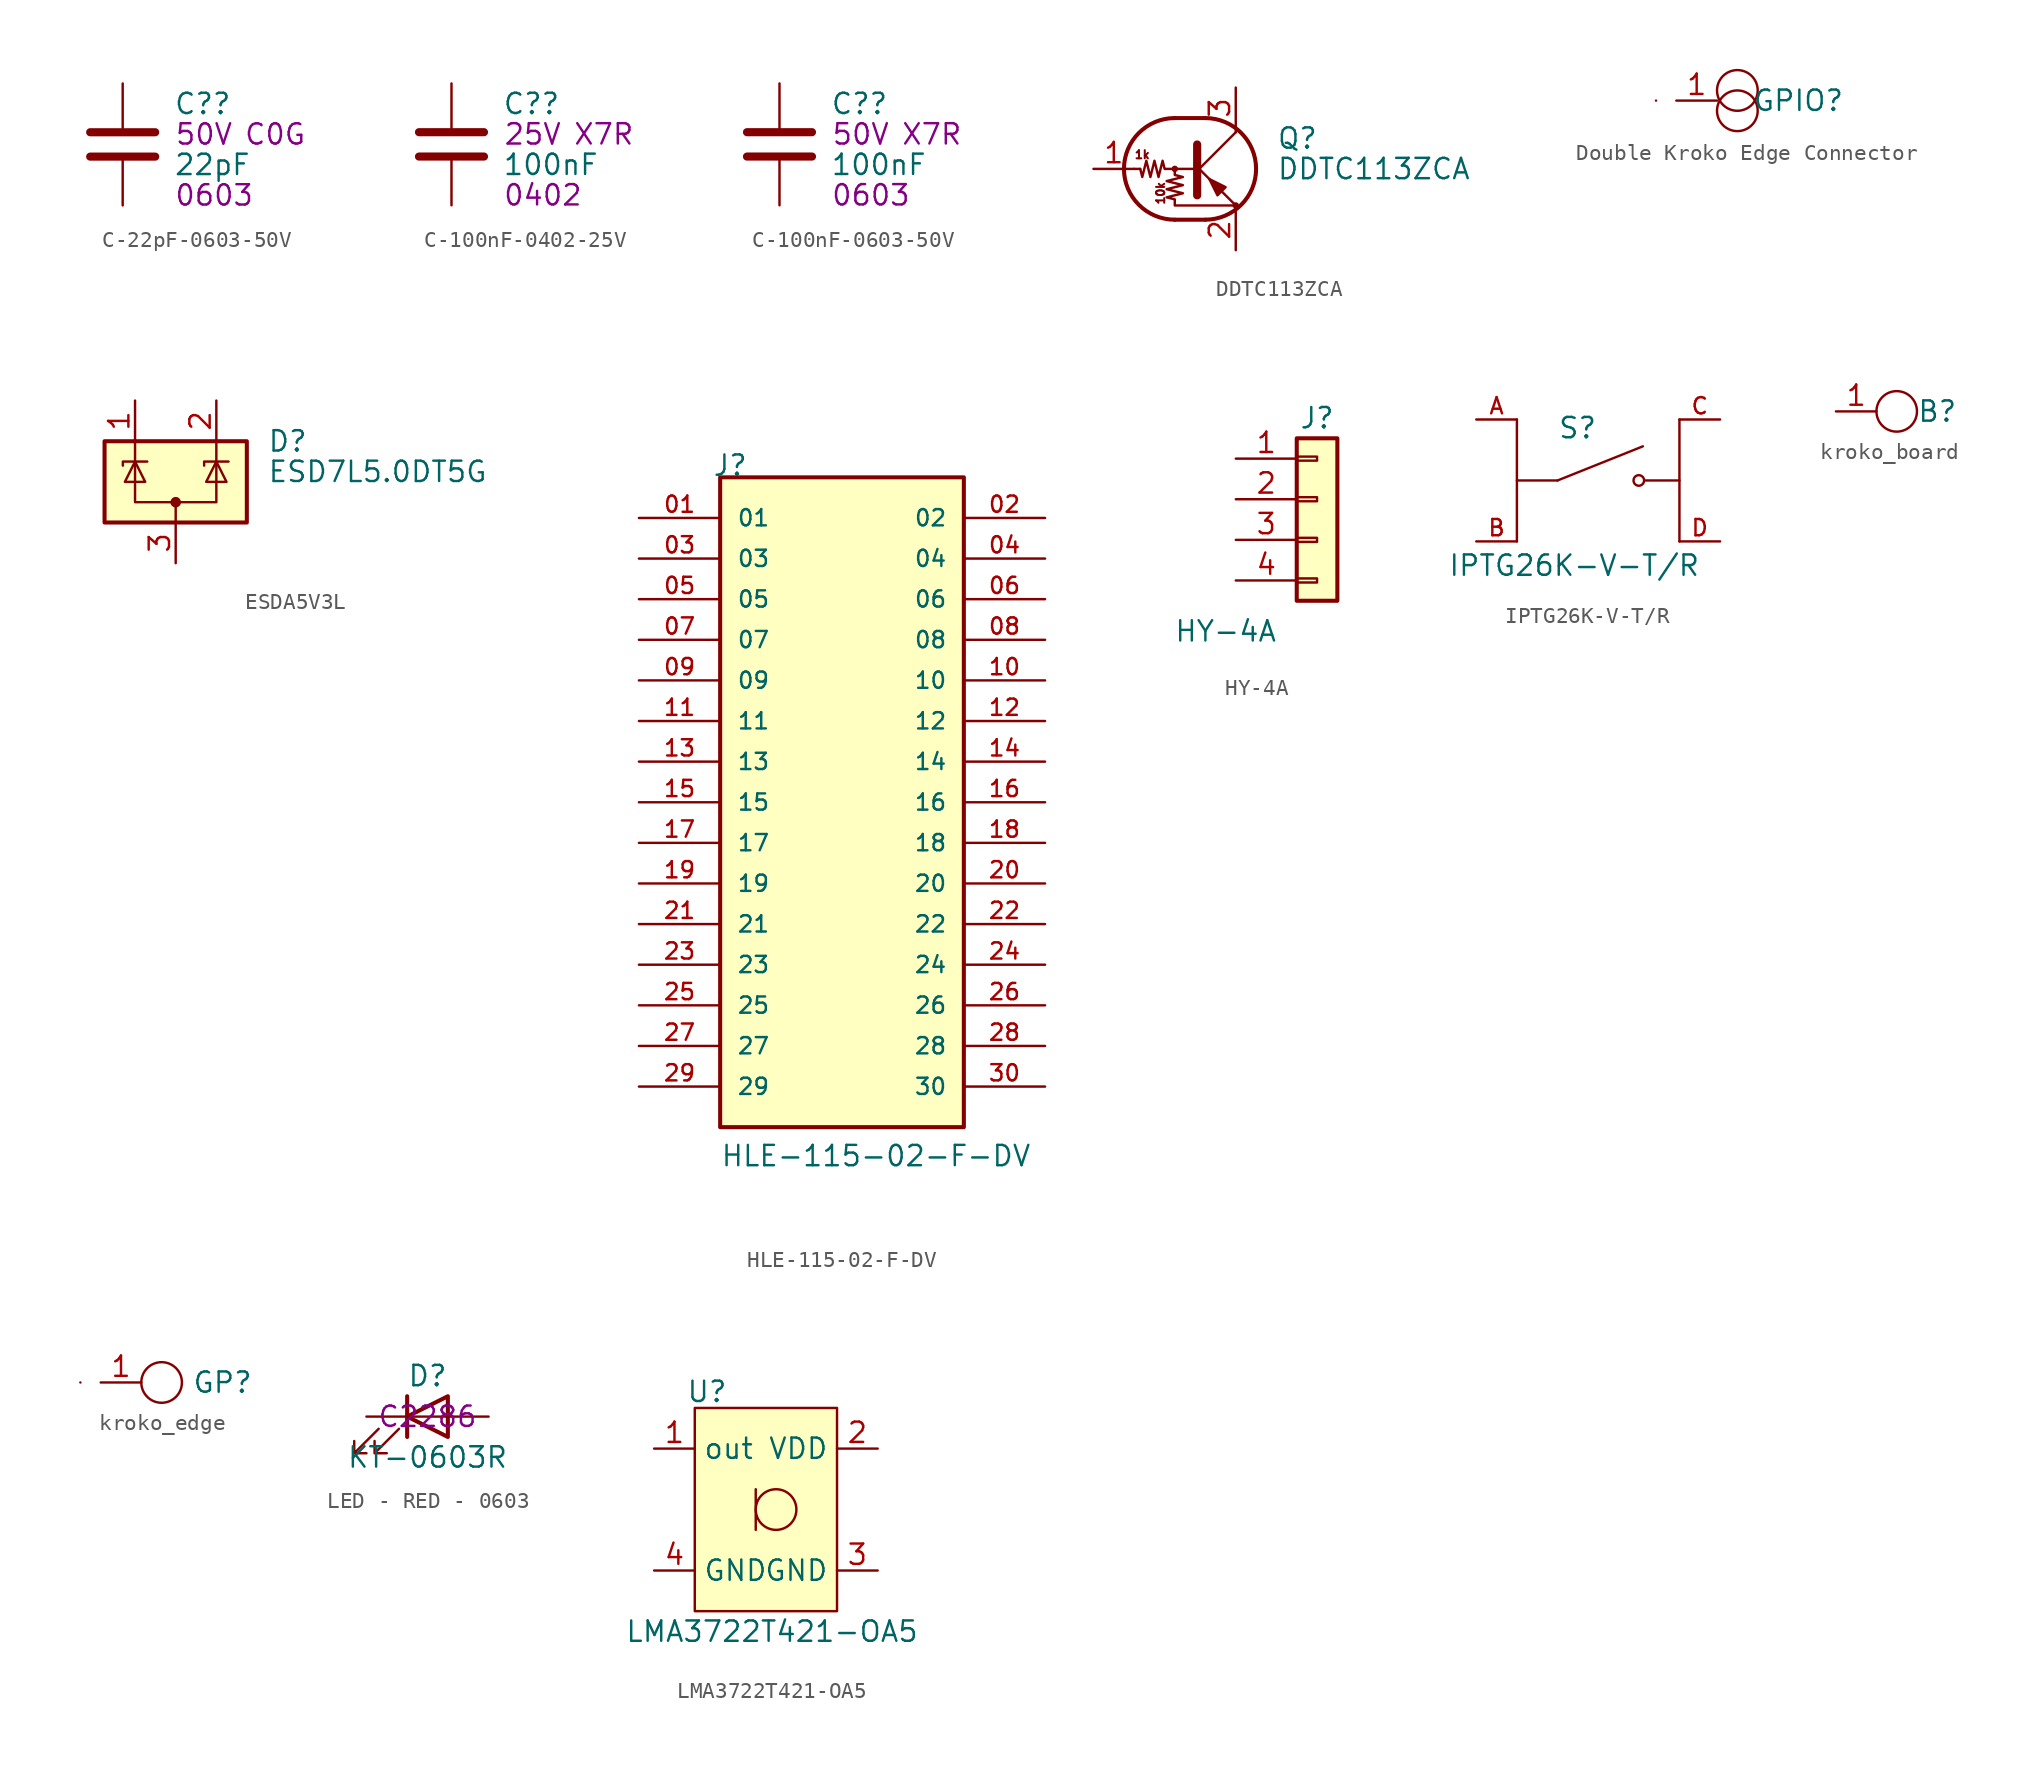
<source format=kicad_sym>
(kicad_symbol_lib
  (version 20231120)
  (generator "kicad_symbol_editor")
  (generator_version "8.0")
  (symbol "C-22pF-0603-50V"
    (pin_numbers hide)
    (pin_names
      (offset 0.254))
    (property "Reference" "C?"
      (at 3.175 2.54 0)
      (effects (font (size 1.27 1.27)) (justify left)))
    (property "Value" "22pF"
      (at 3.175 -1.27 0)
      (effects (font (size 1.27 1.27)) (justify left)))
    (property "Footprint v" "0603"
      (at 5.715 -3.175 0)
      (effects (font (size 1.27 1.27))))
    (property "Voltage Rating" "50V"
      (at 5.08 0.635 0)
      (effects (font (size 1.27 1.27))))
    (property "Temperature Profile" "C0G"
      (at 9.525 0.635 0)
      (effects (font (size 1.27 1.27))))
    (symbol "C-22pF-0603-50V_0_1"
      (polyline (pts (xy -2.032 -0.762) (xy 2.032 -0.762)) (stroke (width 0.508) (type default)) (fill (type none)))
      (polyline (pts (xy -2.032 0.762) (xy 2.032 0.762)) (stroke (width 0.508) (type default)) (fill (type none))))
    (symbol "C-22pF-0603-50V_1_1"
      (pin passive line (at 0 3.81 270) (length 2.794) (name "~" (effects (font (size 1.27 1.27)))) (number "1" (effects (font (size 1.27 1.27)))))
      (pin passive line (at 0 -3.81 90) (length 2.794) (name "~" (effects (font (size 1.27 1.27)))) (number "2" (effects (font (size 1.27 1.27)))))))
  (symbol "C-100nF-0402-25V"
    (pin_numbers hide)
    (pin_names
      (offset 0.254))
    (property "Reference" "C?"
      (at 3.175 2.54 0)
      (effects (font (size 1.27 1.27)) (justify left)))
    (property "Value" "100nF"
      (at 3.175 -1.27 0)
      (effects (font (size 1.27 1.27)) (justify left)))
    (property "Footprint v" "0402"
      (at 5.715 -3.175 0)
      (effects (font (size 1.27 1.27))))
    (property "Voltage Rating" "25V"
      (at 5.08 0.635 0)
      (effects (font (size 1.27 1.27))))
    (property "Temperature Profile" "X7R"
      (at 9.525 0.635 0)
      (effects (font (size 1.27 1.27))))
    (symbol "C-100nF-0402-25V_0_1"
      (polyline (pts (xy -2.032 -0.762) (xy 2.032 -0.762)) (stroke (width 0.508) (type default)) (fill (type none)))
      (polyline (pts (xy -2.032 0.762) (xy 2.032 0.762)) (stroke (width 0.508) (type default)) (fill (type none))))
    (symbol "C-100nF-0402-25V_1_1"
      (pin passive line (at 0 3.81 270) (length 2.794) (name "~" (effects (font (size 1.27 1.27)))) (number "1" (effects (font (size 1.27 1.27)))))
      (pin passive line (at 0 -3.81 90) (length 2.794) (name "~" (effects (font (size 1.27 1.27)))) (number "2" (effects (font (size 1.27 1.27)))))))
  (symbol "C-100nF-0603-50V"
    (pin_numbers hide)
    (pin_names
      (offset 0.254))
    (property "Reference" "C?"
      (at 3.175 2.54 0)
      (effects (font (size 1.27 1.27)) (justify left)))
    (property "Value" "100nF"
      (at 3.175 -1.27 0)
      (effects (font (size 1.27 1.27)) (justify left)))
    (property "Footprint v" "0603"
      (at 5.715 -3.175 0)
      (effects (font (size 1.27 1.27))))
    (property "Voltage Rating" "50V"
      (at 5.08 0.635 0)
      (effects (font (size 1.27 1.27))))
    (property "Temperature Profile" "X7R"
      (at 9.525 0.635 0)
      (effects (font (size 1.27 1.27))))
    (symbol "C-100nF-0603-50V_0_1"
      (polyline (pts (xy -2.032 -0.762) (xy 2.032 -0.762)) (stroke (width 0.508) (type default)) (fill (type none)))
      (polyline (pts (xy -2.032 0.762) (xy 2.032 0.762)) (stroke (width 0.508) (type default)) (fill (type none))))
    (symbol "C-100nF-0603-50V_1_1"
      (pin passive line (at 0 3.81 270) (length 2.794) (name "~" (effects (font (size 1.27 1.27)))) (number "1" (effects (font (size 1.27 1.27)))))
      (pin passive line (at 0 -3.81 90) (length 2.794) (name "~" (effects (font (size 1.27 1.27)))) (number "2" (effects (font (size 1.27 1.27)))))))
  (symbol "DDTC113ZCA"
    (pin_names
      (offset 0) hide)
    (property "Reference" "Q"
      (at 5.08 1.905 0)
      (effects (font (size 1.27 1.27)) (justify left)))
    (property "Value" "DDTC113ZCA"
      (at 5.08 0 0)
      (effects (font (size 1.27 1.27)) (justify left)))
    (symbol "DDTC113ZCA_0_0"
      (text "10k" (at -2.159 -1.524 900) (effects (font (size 0.508 0.508))))
      (text "1k" (at -3.302 0.889 0) (effects (font (size 0.508 0.508)))))
    (symbol "DDTC113ZCA_0_1"
      (circle (center -1.27 0) (radius 0.127) (stroke (width 0) (type default)) (fill (type none)))
      (arc (start -1.27 3.175) (mid -4.4312 0) (end -1.27 -3.175) (stroke (width 0.254) (type default)) (fill (type none)))
      (polyline (pts (xy -3.429 0) (xy -3.81 0)) (stroke (width 0) (type default)) (fill (type none)))
      (polyline (pts (xy -1.27 -3.175) (xy 0.635 -3.175)) (stroke (width 0.254) (type default)) (fill (type none)))
      (polyline (pts (xy -1.27 3.175) (xy 0.635 3.175)) (stroke (width 0.254) (type default)) (fill (type none)))
      (polyline (pts (xy 0 -0.254) (xy 2.54 2.286)) (stroke (width 0) (type default)) (fill (type none)))
      (polyline (pts (xy 0.127 1.524) (xy 0.127 -1.651)) (stroke (width 0.508) (type default)) (fill (type outline)))
      (polyline (pts (xy 2.54 2.286) (xy 2.54 2.54)) (stroke (width 0) (type default)) (fill (type none)))
      (polyline (pts (xy 2.54 -2.286) (xy 0 0.254) (xy 0 0.254)) (stroke (width 0) (type default)) (fill (type none)))
      (polyline (pts (xy 1.397 -1.651) (xy 1.905 -1.143) (xy 0.889 -0.635) (xy 1.397 -1.651)) (stroke (width 0) (type default)) (fill (type outline)))
      (polyline (pts (xy 0 0) (xy -1.905 0) (xy -2.032 0.508) (xy -2.286 -0.508) (xy -2.54 0.508) (xy -2.794 -0.508) (xy -3.048 0.508) (xy -3.302 -0.508) (xy -3.429 0)) (stroke (width 0) (type default)) (fill (type none)))
      (polyline (pts (xy -1.27 0) (xy -1.27 -0.381) (xy -0.762 -0.508) (xy -1.778 -0.762) (xy -0.762 -1.016) (xy -1.778 -1.27) (xy -0.762 -1.524) (xy -1.778 -1.778) (xy -1.27 -1.905) (xy -1.27 -2.286) (xy 2.54 -2.286)) (stroke (width 0) (type default)) (fill (type none)))
      (arc (start 0.635 -3.175) (mid 3.7962 0) (end 0.635 3.175) (stroke (width 0.254) (type default)) (fill (type none)))
      (circle (center 2.54 -2.286) (radius 0.127) (stroke (width 0) (type default)) (fill (type none))))
    (symbol "DDTC113ZCA_1_1"
      (pin input line (at -6.35 0 0) (length 2.54) (name "B" (effects (font (size 1.27 1.27)))) (number "1" (effects (font (size 1.27 1.27)))))
      (pin passive line (at 2.54 -5.08 90) (length 2.54) (name "E" (effects (font (size 1.27 1.27)))) (number "2" (effects (font (size 1.27 1.27)))))
      (pin passive line (at 2.54 5.08 270) (length 2.54) (name "C" (effects (font (size 1.27 1.27)))) (number "3" (effects (font (size 1.27 1.27)))))))
  (symbol "Double Kroko Edge Connector"
    (property "Reference" "GPIO"
      (at 5.08 0 0)
      (effects (font (size 1.27 1.27))))
    (symbol "Double Kroko Edge Connector_0_1"
      (rectangle (start -3.81 0) (end -3.81 0) (stroke (width 0) (type default)) (fill (type none)))
      (circle (center 1.27 -0.635) (radius 1.27) (stroke (width 0) (type default)) (fill (type none)))
      (circle (center 1.27 0.635) (radius 1.27) (stroke (width 0) (type default)) (fill (type none))))
    (symbol "Double Kroko Edge Connector_1_1"
      (pin passive line (at -2.54 0 0) (length 2.54) (name "1" (effects (font (size 0 0)))) (number "1" (effects (font (size 1.27 1.27)))))))
  (symbol "ESDA5V3L"
    (pin_names hide)
    (property "Reference" "D"
      (at 5.715 2.54 0)
      (effects (font (size 1.27 1.27)) (justify left)))
    (property "Value" "ESD7L5.0DT5G"
      (at 5.715 0.635 0)
      (effects (font (size 1.27 1.27)) (justify left)))
    (symbol "ESDA5V3L_0_0"
      (pin passive line (at 0 -5.08 90) (length 2.54) (name "A" (effects (font (size 1.27 1.27)))) (number "3" (effects (font (size 1.27 1.27))))))
    (symbol "ESDA5V3L_0_1"
      (rectangle (start -4.445 2.54) (end 4.445 -2.54) (stroke (width 0.254) (type default)) (fill (type background)))
      (circle (center 0 -1.27) (radius 0.254) (stroke (width 0) (type default)) (fill (type outline)))
      (polyline (pts (xy -2.54 2.54) (xy -2.54 1.27)) (stroke (width 0) (type default)) (fill (type none)))
      (polyline (pts (xy 0 -1.27) (xy 0 -2.54)) (stroke (width 0) (type default)) (fill (type none)))
      (polyline (pts (xy 2.54 2.54) (xy 2.54 1.27)) (stroke (width 0) (type default)) (fill (type none)))
      (polyline (pts (xy -3.302 1.016) (xy -3.302 1.27) (xy -1.905 1.27) (xy -1.778 1.27)) (stroke (width 0) (type default)) (fill (type none)))
      (polyline (pts (xy -2.54 1.27) (xy -2.54 -1.27) (xy 2.54 -1.27) (xy 2.54 1.27)) (stroke (width 0) (type default)) (fill (type none)))
      (polyline (pts (xy -2.54 1.27) (xy -1.905 0) (xy -3.175 0) (xy -2.54 1.27)) (stroke (width 0) (type default)) (fill (type none)))
      (polyline (pts (xy 1.778 1.016) (xy 1.778 1.27) (xy 3.175 1.27) (xy 3.302 1.27)) (stroke (width 0) (type default)) (fill (type none)))
      (polyline (pts (xy 2.54 1.27) (xy 1.905 0) (xy 3.175 0) (xy 2.54 1.27)) (stroke (width 0) (type default)) (fill (type none))))
    (symbol "ESDA5V3L_1_1"
      (pin passive line (at -2.54 5.08 270) (length 2.54) (name "K" (effects (font (size 1.27 1.27)))) (number "1" (effects (font (size 1.27 1.27)))))
      (pin passive line (at 2.54 5.08 270) (length 2.54) (name "K" (effects (font (size 1.27 1.27)))) (number "2" (effects (font (size 1.27 1.27)))))))
  (symbol "HLE-115-02-F-DV"
    (pin_names
      (offset 1.016))
    (property "Reference" "J"
      (at -8.12 20.32 0)
      (effects (font (size 1.27 1.27)) (justify left bottom)))
    (property "Value" "HLE-115-02-F-DV"
      (at -7.62 -22.86 0)
      (effects (font (size 1.27 1.27)) (justify left bottom)))
    (symbol "HLE-115-02-F-DV_0_0"
      (rectangle (start -7.62 -20.32) (end 7.62 20.32) (stroke (width 0.254) (type default)) (fill (type background)))
      (pin passive line (at -12.7 17.78 0) (length 5.08) (name "01" (effects (font (size 1.016 1.016)))) (number "01" (effects (font (size 1.016 1.016)))))
      (pin passive line (at 12.7 17.78 180) (length 5.08) (name "02" (effects (font (size 1.016 1.016)))) (number "02" (effects (font (size 1.016 1.016)))))
      (pin passive line (at -12.7 15.24 0) (length 5.08) (name "03" (effects (font (size 1.016 1.016)))) (number "03" (effects (font (size 1.016 1.016)))))
      (pin passive line (at 12.7 15.24 180) (length 5.08) (name "04" (effects (font (size 1.016 1.016)))) (number "04" (effects (font (size 1.016 1.016)))))
      (pin passive line (at -12.7 12.7 0) (length 5.08) (name "05" (effects (font (size 1.016 1.016)))) (number "05" (effects (font (size 1.016 1.016)))))
      (pin passive line (at 12.7 12.7 180) (length 5.08) (name "06" (effects (font (size 1.016 1.016)))) (number "06" (effects (font (size 1.016 1.016)))))
      (pin passive line (at -12.7 10.16 0) (length 5.08) (name "07" (effects (font (size 1.016 1.016)))) (number "07" (effects (font (size 1.016 1.016)))))
      (pin passive line (at 12.7 10.16 180) (length 5.08) (name "08" (effects (font (size 1.016 1.016)))) (number "08" (effects (font (size 1.016 1.016)))))
      (pin passive line (at -12.7 7.62 0) (length 5.08) (name "09" (effects (font (size 1.016 1.016)))) (number "09" (effects (font (size 1.016 1.016)))))
      (pin passive line (at 12.7 7.62 180) (length 5.08) (name "10" (effects (font (size 1.016 1.016)))) (number "10" (effects (font (size 1.016 1.016)))))
      (pin passive line (at -12.7 5.08 0) (length 5.08) (name "11" (effects (font (size 1.016 1.016)))) (number "11" (effects (font (size 1.016 1.016)))))
      (pin passive line (at 12.7 5.08 180) (length 5.08) (name "12" (effects (font (size 1.016 1.016)))) (number "12" (effects (font (size 1.016 1.016)))))
      (pin passive line (at -12.7 2.54 0) (length 5.08) (name "13" (effects (font (size 1.016 1.016)))) (number "13" (effects (font (size 1.016 1.016)))))
      (pin passive line (at 12.7 2.54 180) (length 5.08) (name "14" (effects (font (size 1.016 1.016)))) (number "14" (effects (font (size 1.016 1.016)))))
      (pin passive line (at -12.7 0 0) (length 5.08) (name "15" (effects (font (size 1.016 1.016)))) (number "15" (effects (font (size 1.016 1.016)))))
      (pin passive line (at 12.7 0 180) (length 5.08) (name "16" (effects (font (size 1.016 1.016)))) (number "16" (effects (font (size 1.016 1.016)))))
      (pin passive line (at -12.7 -2.54 0) (length 5.08) (name "17" (effects (font (size 1.016 1.016)))) (number "17" (effects (font (size 1.016 1.016)))))
      (pin passive line (at 12.7 -2.54 180) (length 5.08) (name "18" (effects (font (size 1.016 1.016)))) (number "18" (effects (font (size 1.016 1.016)))))
      (pin passive line (at -12.7 -5.08 0) (length 5.08) (name "19" (effects (font (size 1.016 1.016)))) (number "19" (effects (font (size 1.016 1.016)))))
      (pin passive line (at 12.7 -5.08 180) (length 5.08) (name "20" (effects (font (size 1.016 1.016)))) (number "20" (effects (font (size 1.016 1.016)))))
      (pin passive line (at -12.7 -7.62 0) (length 5.08) (name "21" (effects (font (size 1.016 1.016)))) (number "21" (effects (font (size 1.016 1.016)))))
      (pin passive line (at 12.7 -7.62 180) (length 5.08) (name "22" (effects (font (size 1.016 1.016)))) (number "22" (effects (font (size 1.016 1.016)))))
      (pin passive line (at -12.7 -10.16 0) (length 5.08) (name "23" (effects (font (size 1.016 1.016)))) (number "23" (effects (font (size 1.016 1.016)))))
      (pin passive line (at 12.7 -10.16 180) (length 5.08) (name "24" (effects (font (size 1.016 1.016)))) (number "24" (effects (font (size 1.016 1.016)))))
      (pin passive line (at -12.7 -12.7 0) (length 5.08) (name "25" (effects (font (size 1.016 1.016)))) (number "25" (effects (font (size 1.016 1.016)))))
      (pin passive line (at 12.7 -12.7 180) (length 5.08) (name "26" (effects (font (size 1.016 1.016)))) (number "26" (effects (font (size 1.016 1.016)))))
      (pin passive line (at -12.7 -15.24 0) (length 5.08) (name "27" (effects (font (size 1.016 1.016)))) (number "27" (effects (font (size 1.016 1.016)))))
      (pin passive line (at 12.7 -15.24 180) (length 5.08) (name "28" (effects (font (size 1.016 1.016)))) (number "28" (effects (font (size 1.016 1.016)))))
      (pin passive line (at -12.7 -17.78 0) (length 5.08) (name "29" (effects (font (size 1.016 1.016)))) (number "29" (effects (font (size 1.016 1.016)))))
      (pin passive line (at 12.7 -17.78 180) (length 5.08) (name "30" (effects (font (size 1.016 1.016)))) (number "30" (effects (font (size 1.016 1.016)))))))
  (symbol "HY-4A"
    (pin_names
      (offset 1.016) hide)
    (property "Reference" "J"
      (at 0 5.08 0)
      (effects (font (size 1.27 1.27))))
    (property "Value" "HY-4A"
      (at -5.715 -8.255 0)
      (effects (font (size 1.27 1.27))))
    (symbol "HY-4A_1_1"
      (rectangle (start -1.27 -4.953) (end 0 -5.207) (stroke (width 0.152) (type default)) (fill (type none)))
      (rectangle (start -1.27 -2.413) (end 0 -2.667) (stroke (width 0.152) (type default)) (fill (type none)))
      (rectangle (start -1.27 0.127) (end 0 -0.127) (stroke (width 0.152) (type default)) (fill (type none)))
      (rectangle (start -1.27 2.667) (end 0 2.413) (stroke (width 0.152) (type default)) (fill (type none)))
      (rectangle (start -1.27 3.81) (end 1.27 -6.35) (stroke (width 0.254) (type default)) (fill (type background)))
      (pin passive line (at -5.08 2.54 0) (length 3.81) (name "Pin_1" (effects (font (size 1.27 1.27)))) (number "1" (effects (font (size 1.27 1.27)))))
      (pin passive line (at -5.08 0 0) (length 3.81) (name "Pin_2" (effects (font (size 1.27 1.27)))) (number "2" (effects (font (size 1.27 1.27)))))
      (pin passive line (at -5.08 -2.54 0) (length 3.81) (name "Pin_3" (effects (font (size 1.27 1.27)))) (number "3" (effects (font (size 1.27 1.27)))))
      (pin passive line (at -5.08 -5.08 0) (length 3.81) (name "Pin_4" (effects (font (size 1.27 1.27)))) (number "4" (effects (font (size 1.27 1.27)))))))
  (symbol "IPTG26K-V-T/R"
    (pin_names
      (offset 1.016))
    (property "Reference" "S"
      (at -2.54 2.54 0)
      (effects (font (size 1.27 1.27)) (justify left bottom)))
    (property "Value" "IPTG26K-V-T/R"
      (at -9.398 -4.572 0)
      (effects (font (size 1.27 1.27)) (justify left top)))
    (symbol "IPTG26K-V-T/R_0_0"
      (polyline (pts (xy -2.54 0) (xy -5.08 0)) (stroke (width 0.152) (type default)) (fill (type none)))
      (polyline (pts (xy -2.54 0) (xy 2.794 2.134)) (stroke (width 0.152) (type default)) (fill (type none)))
      (polyline (pts (xy 5.08 0) (xy 2.921 0)) (stroke (width 0.152) (type default)) (fill (type none)))
      (circle (center 2.54 0) (radius 0.33) (stroke (width 0.152) (type default)) (fill (type none)))
      (pin passive line (at -7.62 3.81 0) (length 2.54) (name "~" (effects (font (size 1.016 1.016)))) (number "A" (effects (font (size 1.016 1.016)))))
      (pin passive line (at -7.62 -3.81 0) (length 2.54) (name "~" (effects (font (size 1.016 1.016)))) (number "B" (effects (font (size 1.016 1.016)))))
      (pin passive line (at 7.62 3.81 180) (length 2.54) (name "~" (effects (font (size 1.016 1.016)))) (number "C" (effects (font (size 1.016 1.016)))))
      (pin passive line (at 7.62 -3.81 180) (length 2.54) (name "~" (effects (font (size 1.016 1.016)))) (number "D" (effects (font (size 1.016 1.016))))))
    (symbol "IPTG26K-V-T/R_0_1"
      (polyline (pts (xy -5.08 -3.81) (xy -5.08 3.81)) (stroke (width 0) (type default)) (fill (type none)))
      (polyline (pts (xy 5.08 -3.81) (xy 5.08 3.81)) (stroke (width 0) (type default)) (fill (type none)))))
  (symbol "kroko_board"
    (property "Reference" "B"
      (at 3.81 0 0)
      (effects (font (size 1.27 1.27))))
    (symbol "kroko_board_0_1"
      (circle (center 1.27 0) (radius 1.27) (stroke (width 0) (type default)) (fill (type none))))
    (symbol "kroko_board_1_1"
      (pin passive line (at -2.54 0 0) (length 2.54) (name "1" (effects (font (size 0 0)))) (number "1" (effects (font (size 1.27 1.27)))))))
  (symbol "kroko_edge"
    (property "Reference" "GP"
      (at 5.08 0 0)
      (effects (font (size 1.27 1.27))))
    (symbol "kroko_edge_0_1"
      (rectangle (start -3.81 0) (end -3.81 0) (stroke (width 0) (type default)) (fill (type none)))
      (circle (center 1.27 0) (radius 1.27) (stroke (width 0) (type default)) (fill (type none))))
    (symbol "kroko_edge_1_1"
      (pin passive line (at -2.54 0 0) (length 2.54) (name "1" (effects (font (size 0 0)))) (number "1" (effects (font (size 1.27 1.27)))))))
  (symbol "LED - RED - 0603"
    (pin_numbers hide)
    (pin_names
      (offset 1.016) hide)
    (property "Reference" "D"
      (at 0 2.54 0)
      (effects (font (size 1.27 1.27))))
    (property "Value" "KT-0603R"
      (at 0 -2.54 0)
      (effects (font (size 1.27 1.27))))
    (property "LCSC Part #" "C2286"
      (at 0 0 0)
      (effects (font (size 1.27 1.27))))
    (symbol "LED - RED - 0603_0_1"
      (polyline (pts (xy -1.27 -1.27) (xy -1.27 1.27)) (stroke (width 0.254) (type default)) (fill (type none)))
      (polyline (pts (xy -1.27 0) (xy 1.27 0)) (stroke (width 0) (type default)) (fill (type none)))
      (polyline (pts (xy 1.27 -1.27) (xy 1.27 1.27) (xy -1.27 0) (xy 1.27 -1.27)) (stroke (width 0.254) (type default)) (fill (type none)))
      (polyline (pts (xy -3.048 -0.762) (xy -4.572 -2.286) (xy -3.81 -2.286) (xy -4.572 -2.286) (xy -4.572 -1.524)) (stroke (width 0) (type default)) (fill (type none)))
      (polyline (pts (xy -1.778 -0.762) (xy -3.302 -2.286) (xy -2.54 -2.286) (xy -3.302 -2.286) (xy -3.302 -1.524)) (stroke (width 0) (type default)) (fill (type none))))
    (symbol "LED - RED - 0603_1_1"
      (pin passive line (at -3.81 0 0) (length 2.54) (name "K" (effects (font (size 1.27 1.27)))) (number "1" (effects (font (size 1.27 1.27)))))
      (pin passive line (at 3.81 0 180) (length 2.54) (name "A" (effects (font (size 1.27 1.27)))) (number "2" (effects (font (size 1.27 1.27)))))))
  (symbol "LMA3722T421-OA5"
    (property "Reference" "U"
      (at -4.318 6.096 0)
      (effects (font (size 1.27 1.27))))
    (property "Value" "LMA3722T421-OA5"
      (at -0.254 -8.89 0)
      (effects (font (size 1.27 1.27))))
    (symbol "LMA3722T421-OA5_1_1"
      (rectangle (start -5.08 5.08) (end 3.81 -7.62) (stroke (width 0) (type default)) (fill (type background)))
      (circle (center 0 -1.27) (radius 1.27) (stroke (width 0) (type default)) (fill (type none)))
      (polyline (pts (xy -1.27 -2.54) (xy -1.27 0)) (stroke (width 0) (type default)) (fill (type none)))
      (pin input line (at -7.62 2.54 0) (length 2.54) (name "out" (effects (font (size 1.27 1.27)))) (number "1" (effects (font (size 1.27 1.27)))))
      (pin input line (at 6.35 2.54 180) (length 2.54) (name "VDD" (effects (font (size 1.27 1.27)))) (number "2" (effects (font (size 1.27 1.27)))))
      (pin input line (at 6.35 -5.08 180) (length 2.54) (name "GND" (effects (font (size 1.27 1.27)))) (number "3" (effects (font (size 1.27 1.27)))))
      (pin input line (at -7.62 -5.08 0) (length 2.54) (name "GND" (effects (font (size 1.27 1.27)))) (number "4" (effects (font (size 1.27 1.27))))))))
</source>
